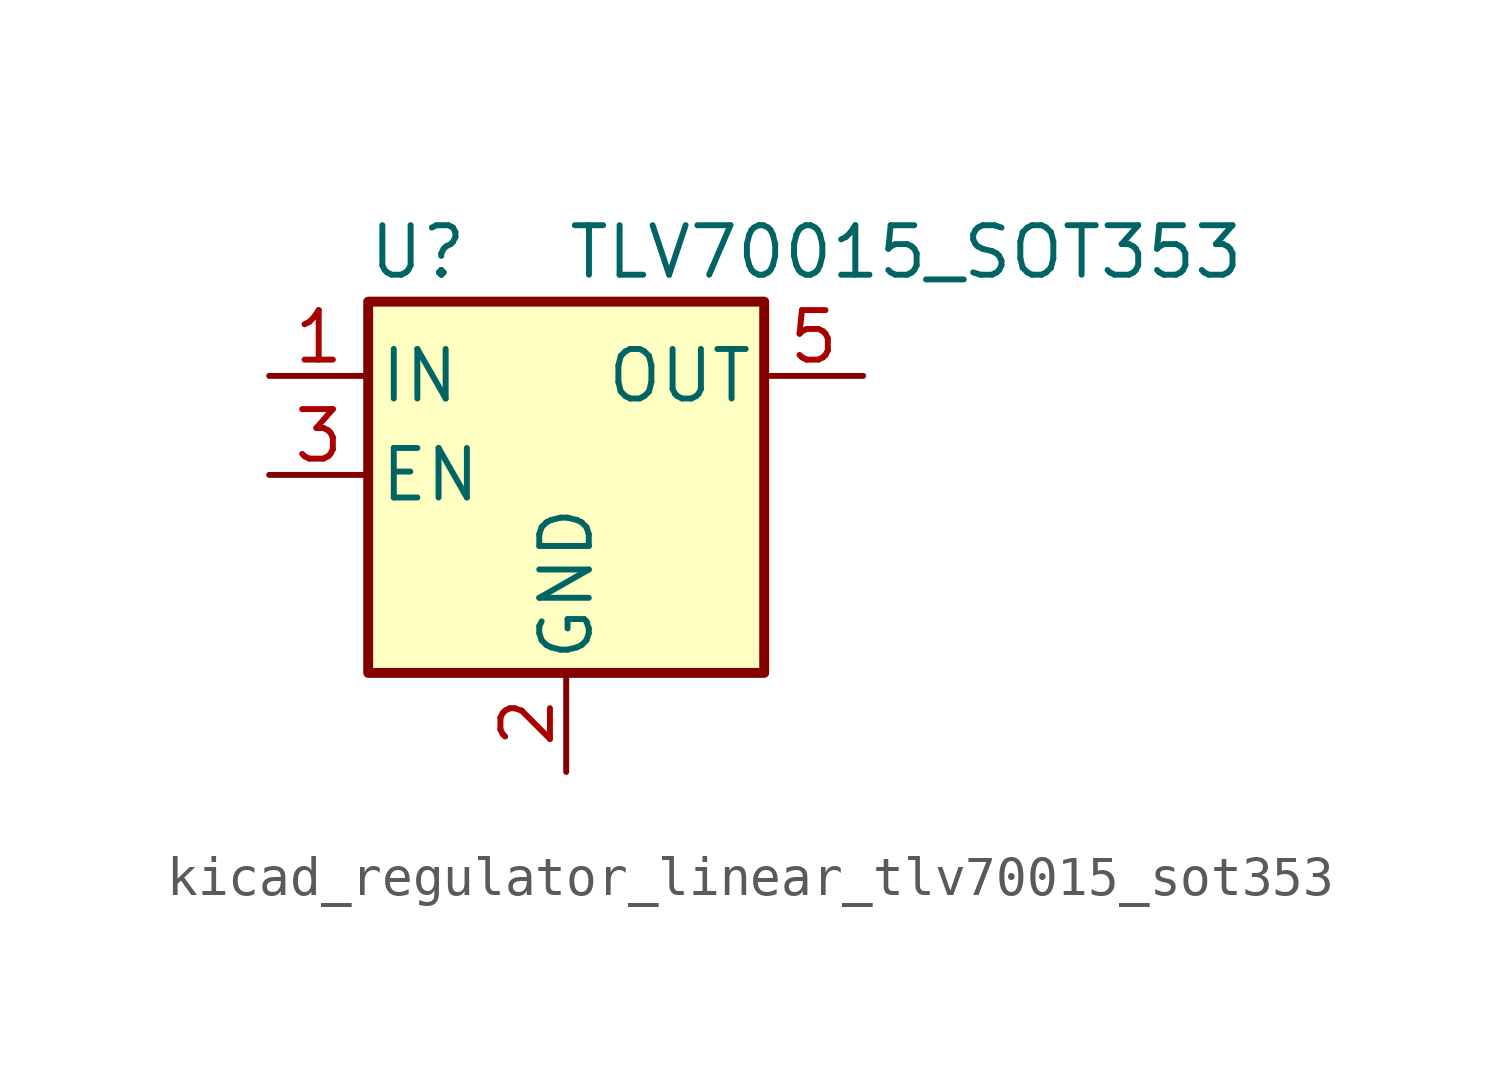
<source format=kicad_sym>
(kicad_symbol_lib
  (version 20220914)
  (generator kicad_symbol_editor)
  (symbol "kicad_regulator_linear_tlv70015_sot353"
    (pin_names
      (offset 0.254))
    (property "Reference" "U"
      (at -3.81 5.715 0)
      (effects (font (size 1.27 1.27))))
    (property "Value" "TLV70015_SOT353"
      (at 0 5.715 0)
      (effects (font (size 1.27 1.27)) (justify left)))
    (symbol "kicad_regulator_linear_tlv70015_sot353_0_1"
      (rectangle (start -5.08 4.445) (end 5.08 -5.08) (stroke (width 0.254) (type default)) (fill (type background))))
    (symbol "kicad_regulator_linear_tlv70015_sot353_1_1"
      (pin power_in line (at -7.62 2.54 0) (length 2.54) (name "IN" (effects (font (size 1.27 1.27)))) (number "1" (effects (font (size 1.27 1.27)))))
      (pin power_in line (at 0 -7.62 90) (length 2.54) (name "GND" (effects (font (size 1.27 1.27)))) (number "2" (effects (font (size 1.27 1.27)))))
      (pin input line (at -7.62 0 0) (length 2.54) (name "EN" (effects (font (size 1.27 1.27)))) (number "3" (effects (font (size 1.27 1.27)))))
      (pin no_connect line (at 5.08 0 180) (length 2.54) hide (name "NC" (effects (font (size 1.27 1.27)))) (number "4" (effects (font (size 1.27 1.27)))))
      (pin power_out line (at 7.62 2.54 180) (length 2.54) (name "OUT" (effects (font (size 1.27 1.27)))) (number "5" (effects (font (size 1.27 1.27))))))))
</source>
